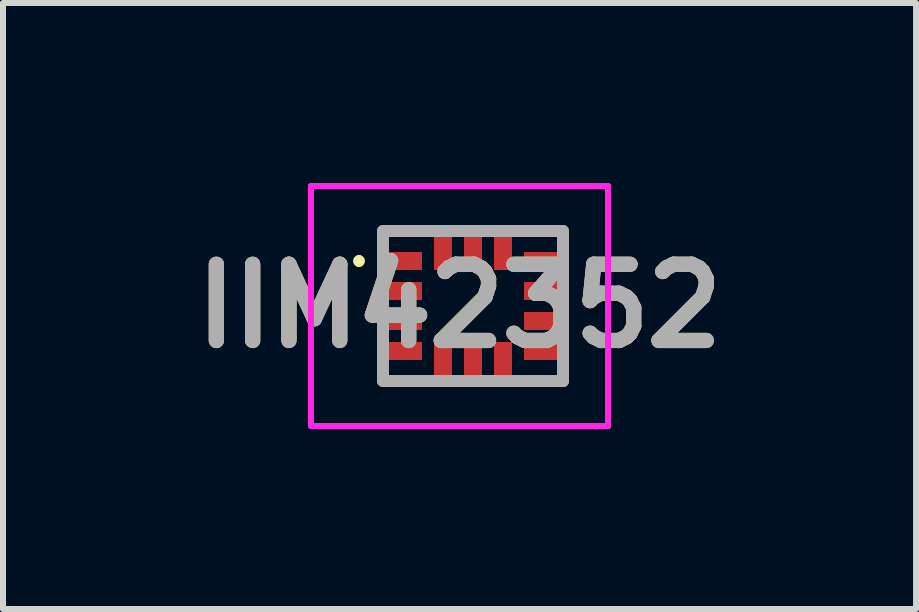
<source format=kicad_pcb>
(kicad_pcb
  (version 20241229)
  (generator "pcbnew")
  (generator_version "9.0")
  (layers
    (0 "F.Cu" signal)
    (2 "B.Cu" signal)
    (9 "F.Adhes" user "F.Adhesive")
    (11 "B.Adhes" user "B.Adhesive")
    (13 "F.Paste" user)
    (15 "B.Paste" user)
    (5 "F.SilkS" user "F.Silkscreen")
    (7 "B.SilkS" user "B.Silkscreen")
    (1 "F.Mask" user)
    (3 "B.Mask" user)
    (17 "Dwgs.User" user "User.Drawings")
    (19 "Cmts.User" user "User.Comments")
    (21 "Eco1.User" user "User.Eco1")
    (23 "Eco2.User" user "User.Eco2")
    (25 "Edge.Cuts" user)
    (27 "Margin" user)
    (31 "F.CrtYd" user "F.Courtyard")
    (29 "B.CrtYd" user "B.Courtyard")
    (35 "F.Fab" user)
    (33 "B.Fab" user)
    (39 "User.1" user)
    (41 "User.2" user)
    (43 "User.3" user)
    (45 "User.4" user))
  (footprint "IIM42352"
    (layer "F.Cu")
    (at 4.833 2.05)
    (property "Reference" "IIM42352" (at -0.225 0 0) (layer "F.SilkS") (effects (font (size 1.27 1.27) (thickness 0.254))))
    (attr smd)
    (fp_line (start -1.9 -0.8) (end -1.9 -0.8) (stroke (width 0.1) (type solid)) (layer "F.SilkS"))
    (fp_line (start -1.9 -0.7) (end -1.9 -0.7) (stroke (width 0.1) (type solid)) (layer "F.SilkS"))
    (fp_line (start -1.5 -1.25) (end -0.8 -1.25) (stroke (width 0.1) (type solid)) (layer "F.SilkS"))
    (fp_line (start -1.5 -1) (end -1.5 -1.25) (stroke (width 0.1) (type solid)) (layer "F.SilkS"))
    (fp_line (start -1.5 1.1) (end -1.5 1.25) (stroke (width 0.1) (type solid)) (layer "F.SilkS"))
    (fp_line (start -1.5 1.25) (end -0.8 1.25) (stroke (width 0.1) (type solid)) (layer "F.SilkS"))
    (fp_line (start 0.8 -1.25) (end 1.5 -1.25) (stroke (width 0.1) (type solid)) (layer "F.SilkS"))
    (fp_line (start 0.8 1.25) (end 1.5 1.25) (stroke (width 0.1) (type solid)) (layer "F.SilkS"))
    (fp_line (start 1.5 -1.25) (end 1.5 -1) (stroke (width 0.1) (type solid)) (layer "F.SilkS"))
    (fp_line (start 1.5 1.25) (end 1.5 1) (stroke (width 0.1) (type solid)) (layer "F.SilkS"))
    (fp_arc (start -1.9 -0.8) (mid -1.85 -0.75) (end -1.9 -0.7) (stroke (width 0.1) (type solid)) (layer "F.SilkS"))
    (fp_arc (start -1.9 -0.7) (mid -1.95 -0.75) (end -1.9 -0.8) (stroke (width 0.1) (type solid)) (layer "F.SilkS"))
    (fp_line (start -2.7 -2) (end 2.25 -2) (stroke (width 0.1) (type solid)) (layer "F.CrtYd"))
    (fp_line (start -2.7 2) (end -2.7 -2) (stroke (width 0.1) (type solid)) (layer "F.CrtYd"))
    (fp_line (start 2.25 -2) (end 2.25 2) (stroke (width 0.1) (type solid)) (layer "F.CrtYd"))
    (fp_line (start 2.25 2) (end -2.7 2) (stroke (width 0.1) (type solid)) (layer "F.CrtYd"))
    (fp_line (start -1.5 -1.25) (end 1.5 -1.25) (stroke (width 0.2) (type solid)) (layer "F.Fab"))
    (fp_line (start -1.5 1.25) (end -1.5 -1.25) (stroke (width 0.2) (type solid)) (layer "F.Fab"))
    (fp_line (start 1.5 -1.25) (end 1.5 1.25) (stroke (width 0.2) (type solid)) (layer "F.Fab"))
    (fp_line (start 1.5 1.25) (end -1.5 1.25) (stroke (width 0.2) (type solid)) (layer "F.Fab"))
    (fp_text user "${REFERENCE}" (at -0.225 0 0) (layer "F.Fab") (effects (font (size 1.27 1.27) (thickness 0.254))))
    (pad "1" smd rect (at -1.15 -0.75 90) (size 0.3 0.6) (layers "F.Cu" "F.Mask" "F.Paste"))
    (pad "2" smd rect (at -1.15 -0.25 90) (size 0.3 0.6) (layers "F.Cu" "F.Mask" "F.Paste"))
    (pad "3" smd rect (at -1.15 0.25 90) (size 0.3 0.6) (layers "F.Cu" "F.Mask" "F.Paste"))
    (pad "4" smd rect (at -1.15 0.75 90) (size 0.3 0.6) (layers "F.Cu" "F.Mask" "F.Paste"))
    (pad "5" smd rect (at -0.5 0.9) (size 0.3 0.6) (layers "F.Cu" "F.Mask" "F.Paste"))
    (pad "6" smd rect (at 0 0.9) (size 0.3 0.6) (layers "F.Cu" "F.Mask" "F.Paste"))
    (pad "7" smd rect (at 0.5 0.9) (size 0.3 0.6) (layers "F.Cu" "F.Mask" "F.Paste"))
    (pad "8" smd rect (at 1.15 0.75 90) (size 0.3 0.6) (layers "F.Cu" "F.Mask" "F.Paste"))
    (pad "9" smd rect (at 1.15 0.25 90) (size 0.3 0.6) (layers "F.Cu" "F.Mask" "F.Paste"))
    (pad "10" smd rect (at 1.15 -0.25 90) (size 0.3 0.6) (layers "F.Cu" "F.Mask" "F.Paste"))
    (pad "11" smd rect (at 1.15 -0.75 90) (size 0.3 0.6) (layers "F.Cu" "F.Mask" "F.Paste"))
    (pad "12" smd rect (at 0.5 -0.9) (size 0.3 0.6) (layers "F.Cu" "F.Mask" "F.Paste"))
    (pad "13" smd rect (at 0 -0.9) (size 0.3 0.6) (layers "F.Cu" "F.Mask" "F.Paste"))
    (pad "14" smd rect (at -0.5 -0.9) (size 0.3 0.6) (layers "F.Cu" "F.Mask" "F.Paste")))
  (gr_rect
    (start -3 -3)
    (end 12.217 7.1)
    (stroke (width 0.1) (type default))
    (fill no)
    (layer "Edge.Cuts")))
</source>
